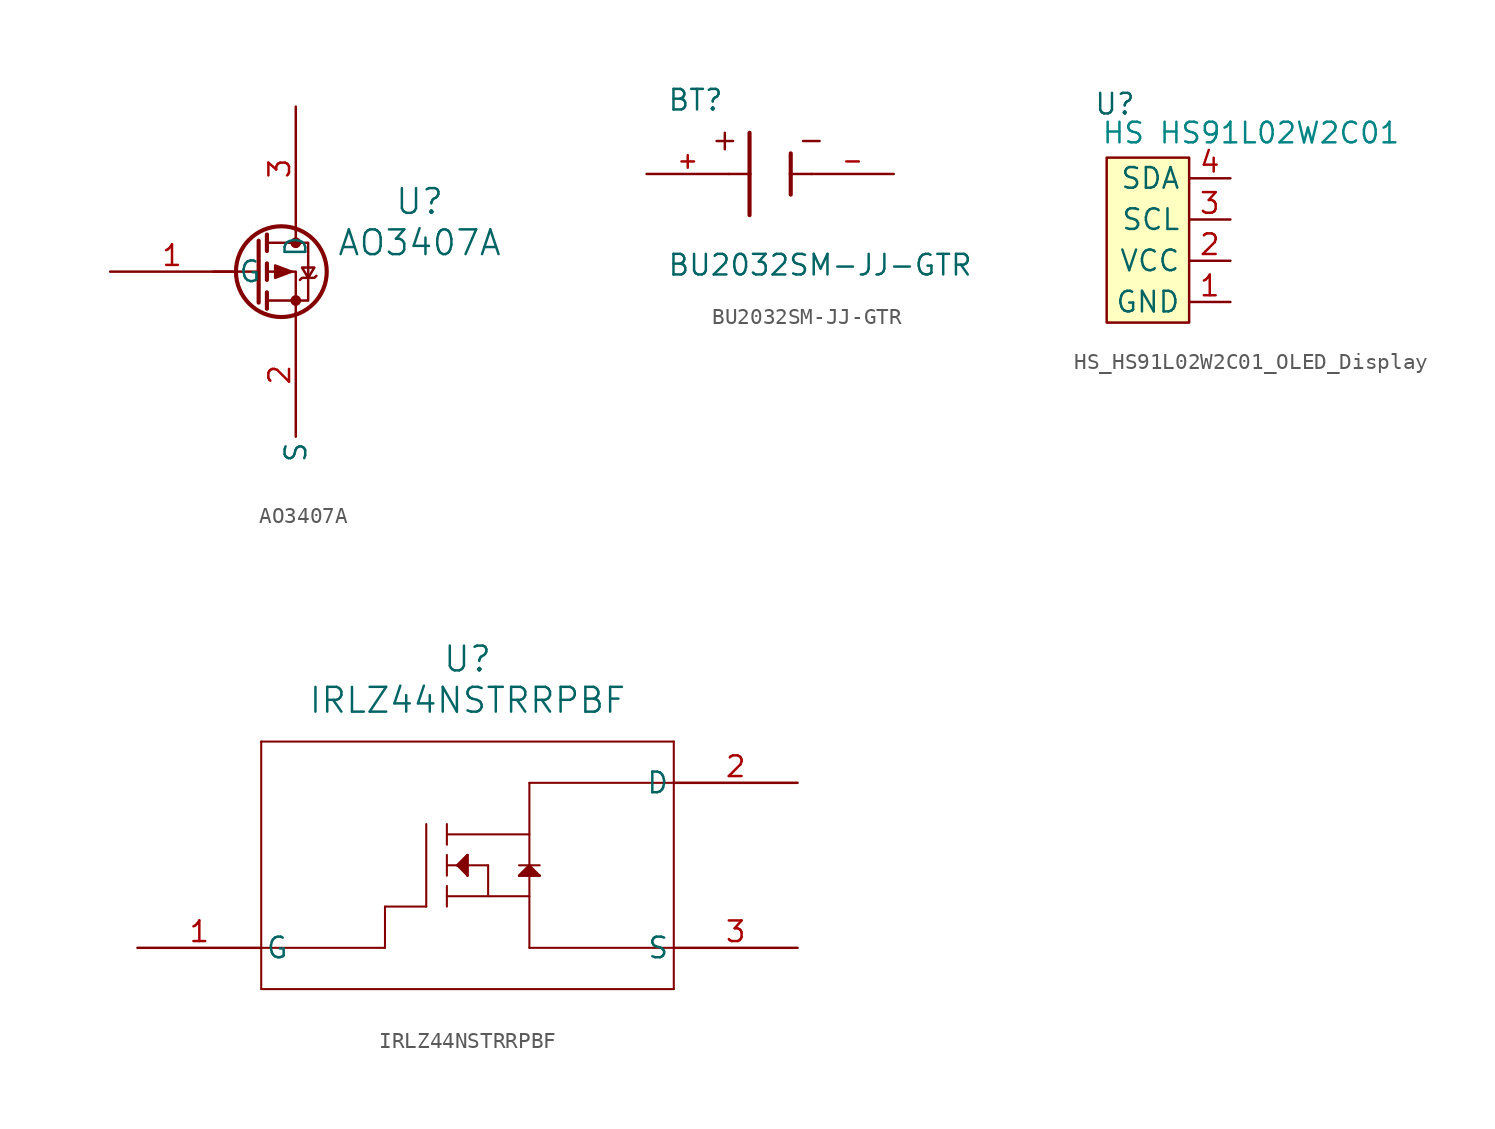
<source format=kicad_sym>
(kicad_symbol_lib
  (version 20241209)
  (generator "kicad_symbol_editor")
  (generator_version "9.0")
  (symbol "AO3407A"
    (pin_names
      (offset 0.254))
    (property "Reference" "U"
      (at 8.89 4.318 0)
      (effects (font (size 1.524 1.524))))
    (property "Value" "AO3407A"
      (at 8.89 1.778 0)
      (effects (font (size 1.524 1.524))))
    (property "ki_locked" ""
      (at 0 0 0)
      (effects (font (size 1.27 1.27))))
    (symbol "AO3407A_0_1"
      (polyline (pts (xy -1.016 1.905) (xy -1.016 -1.905)) (stroke (width 0.254) (type default)) (fill (type none)))
      (polyline (pts (xy -1.016 0) (xy -3.81 0)) (stroke (width 0) (type default)) (fill (type none)))
      (polyline (pts (xy -0.508 2.286) (xy -0.508 1.27)) (stroke (width 0.254) (type default)) (fill (type none)))
      (polyline (pts (xy -0.508 1.778) (xy 2.032 1.778) (xy 2.032 -1.778) (xy -0.508 -1.778)) (stroke (width 0) (type default)) (fill (type none)))
      (polyline (pts (xy -0.508 0.508) (xy -0.508 -0.508)) (stroke (width 0.254) (type default)) (fill (type none)))
      (polyline (pts (xy -0.508 -1.27) (xy -0.508 -2.286)) (stroke (width 0.254) (type default)) (fill (type none)))
      (circle (center 0.381 0) (radius 2.794) (stroke (width 0.254) (type default)) (fill (type none)))
      (polyline (pts (xy 1.016 0) (xy 0 0.381) (xy 0 -0.381) (xy 1.016 0)) (stroke (width 0) (type default)) (fill (type outline)))
      (polyline (pts (xy 1.27 2.54) (xy 1.27 1.778)) (stroke (width 0) (type default)) (fill (type none)))
      (circle (center 1.27 1.778) (radius 0.254) (stroke (width 0) (type default)) (fill (type outline)))
      (circle (center 1.27 -1.778) (radius 0.254) (stroke (width 0) (type default)) (fill (type outline)))
      (polyline (pts (xy 1.27 -2.54) (xy 1.27 0) (xy -0.508 0)) (stroke (width 0) (type default)) (fill (type none)))
      (polyline (pts (xy 1.524 -0.508) (xy 1.651 -0.381) (xy 2.413 -0.381) (xy 2.54 -0.254)) (stroke (width 0) (type default)) (fill (type none)))
      (polyline (pts (xy 2.032 -0.381) (xy 1.651 0.254) (xy 2.413 0.254) (xy 2.032 -0.381)) (stroke (width 0) (type default)) (fill (type none)))
      (pin unspecified line (at -10.16 0 0) (length 7.62) (name "G" (effects (font (size 1.27 1.27)))) (number "1" (effects (font (size 1.27 1.27)))))
      (pin unspecified line (at 1.27 10.16 270) (length 7.62) (name "D" (effects (font (size 1.27 1.27)))) (number "3" (effects (font (size 1.27 1.27)))))
      (pin unspecified line (at 1.27 -2.54 270) (length 7.62) (name "S" (effects (font (size 1.27 1.27)))) (number "2" (effects (font (size 1.27 1.27)))))))
  (symbol "BU2032SM-JJ-GTR"
    (pin_names
      (offset 1.016))
    (property "Reference" "BT"
      (at -6.361 3.814 0)
      (effects (font (size 1.27 1.27)) (justify left bottom)))
    (property "Value" "BU2032SM-JJ-GTR"
      (at -6.362 -6.358 0)
      (effects (font (size 1.27 1.27)) (justify left bottom)))
    (symbol "BU2032SM-JJ-GTR_0_0"
      (polyline (pts (xy -3.302 2.032) (xy -2.286 2.032)) (stroke (width 0.152) (type default)) (fill (type none)))
      (polyline (pts (xy -2.794 2.54) (xy -2.794 1.524)) (stroke (width 0.152) (type default)) (fill (type none)))
      (polyline (pts (xy -2.54 0) (xy -1.27 0)) (stroke (width 0.152) (type default)) (fill (type none)))
      (polyline (pts (xy -1.27 2.54) (xy -1.27 0)) (stroke (width 0.254) (type default)) (fill (type none)))
      (polyline (pts (xy -1.27 0) (xy -1.27 -2.54)) (stroke (width 0.254) (type default)) (fill (type none)))
      (polyline (pts (xy 1.27 1.27) (xy 1.27 0)) (stroke (width 0.254) (type default)) (fill (type none)))
      (polyline (pts (xy 1.27 0) (xy 1.27 -1.27)) (stroke (width 0.254) (type default)) (fill (type none)))
      (polyline (pts (xy 1.27 0) (xy 2.54 0)) (stroke (width 0.152) (type default)) (fill (type none)))
      (polyline (pts (xy 2.032 2.032) (xy 3.048 2.032)) (stroke (width 0.152) (type default)) (fill (type none)))
      (pin passive line (at -7.62 0 0) (length 5.08) (name "~" (effects (font (size 1.016 1.016)))) (number "+" (effects (font (size 1.016 1.016)))))
      (pin passive line (at 7.62 0 180) (length 5.08) (name "~" (effects (font (size 1.016 1.016)))) (number "-" (effects (font (size 1.016 1.016)))))))
  (symbol "HS_HS91L02W2C01_OLED_Display"
    (property "Reference" "U"
      (at -2.032 10.922 0)
      (effects (font (size 1.27 1.27))))
    (property "Value" ""
      (at 0 0 0)
      (effects (font (size 1.27 1.27))))
    (symbol "HS_HS91L02W2C01_OLED_Display_0_1"
      (rectangle (start -2.54 7.62) (end 2.54 -2.54) (stroke (width 0) (type default)) (fill (type background))))
    (symbol "HS_HS91L02W2C01_OLED_Display_1_1"
      (text "HS HS91L02W2C01" (at 6.35 9.144 0) (effects (font (size 1.27 1.27) (color 0 132 132 1))))
      (pin passive line (at 5.08 6.35 180) (length 2.54) (name "SDA" (effects (font (size 1.27 1.27)))) (number "4" (effects (font (size 1.27 1.27)))))
      (pin passive line (at 5.08 3.81 180) (length 2.54) (name "SCL" (effects (font (size 1.27 1.27)))) (number "3" (effects (font (size 1.27 1.27)))))
      (pin passive line (at 5.08 1.27 180) (length 2.54) (name "VCC" (effects (font (size 1.27 1.27)))) (number "2" (effects (font (size 1.27 1.27)))))
      (pin passive line (at 5.08 -1.27 180) (length 2.54) (name "GND" (effects (font (size 1.27 1.27)))) (number "1" (effects (font (size 1.27 1.27)))))))
  (symbol "IRLZ44NSTRRPBF"
    (pin_names
      (offset 0.254))
    (property "Reference" "U"
      (at 0 12.7 0)
      (effects (font (size 1.524 1.524))))
    (property "Value" "IRLZ44NSTRRPBF"
      (at 0 10.16 0)
      (effects (font (size 1.524 1.524))))
    (property "ki_locked" ""
      (at 0 0 0)
      (effects (font (size 1.27 1.27))))
    (symbol "IRLZ44NSTRRPBF_0_1"
      (polyline (pts (xy -12.7 7.62) (xy -12.7 -7.62)) (stroke (width 0.127) (type default)) (fill (type none)))
      (polyline (pts (xy -12.7 -5.08) (xy -5.08 -5.08)) (stroke (width 0.127) (type default)) (fill (type none)))
      (polyline (pts (xy -12.7 -7.62) (xy 12.7 -7.62)) (stroke (width 0.127) (type default)) (fill (type none)))
      (polyline (pts (xy -5.08 -2.54) (xy -5.08 -5.08)) (stroke (width 0.127) (type default)) (fill (type none)))
      (polyline (pts (xy -5.08 -2.54) (xy -2.54 -2.54)) (stroke (width 0.127) (type default)) (fill (type none)))
      (polyline (pts (xy -2.54 2.54) (xy -2.54 -2.54)) (stroke (width 0.127) (type default)) (fill (type none)))
      (polyline (pts (xy -1.27 2.54) (xy -1.27 1.27)) (stroke (width 0.127) (type default)) (fill (type none)))
      (polyline (pts (xy -1.27 1.905) (xy 3.81 1.905)) (stroke (width 0.127) (type default)) (fill (type none)))
      (polyline (pts (xy -1.27 0.635) (xy -1.27 -0.635)) (stroke (width 0.127) (type default)) (fill (type none)))
      (polyline (pts (xy -1.27 0) (xy 1.27 0)) (stroke (width 0.127) (type default)) (fill (type none)))
      (polyline (pts (xy -1.27 -1.27) (xy -1.27 -2.54)) (stroke (width 0.127) (type default)) (fill (type none)))
      (polyline (pts (xy -1.27 -1.905) (xy 3.81 -1.905)) (stroke (width 0.127) (type default)) (fill (type none)))
      (polyline (pts (xy -0.635 0) (xy 0 0.635)) (stroke (width 0.127) (type default)) (fill (type none)))
      (polyline (pts (xy -0.635 0) (xy 0 0.635) (xy 0 -0.635)) (stroke (width 0) (type default)) (fill (type outline)))
      (polyline (pts (xy 0 0.635) (xy 0 -0.635)) (stroke (width 0.127) (type default)) (fill (type none)))
      (polyline (pts (xy 0 -0.635) (xy -0.635 0)) (stroke (width 0.127) (type default)) (fill (type none)))
      (polyline (pts (xy 1.27 0) (xy 1.27 -1.905)) (stroke (width 0.127) (type default)) (fill (type none)))
      (polyline (pts (xy 3.175 0) (xy 4.445 0)) (stroke (width 0.127) (type default)) (fill (type none)))
      (polyline (pts (xy 3.175 -0.635) (xy 4.445 -0.635)) (stroke (width 0.127) (type default)) (fill (type none)))
      (polyline (pts (xy 3.81 5.08) (xy 3.81 -5.08)) (stroke (width 0.127) (type default)) (fill (type none)))
      (polyline (pts (xy 3.81 5.08) (xy 12.7 5.08)) (stroke (width 0.127) (type default)) (fill (type none)))
      (polyline (pts (xy 3.81 0) (xy 3.175 -0.635)) (stroke (width 0.127) (type default)) (fill (type none)))
      (polyline (pts (xy 3.81 0) (xy 3.175 -0.635) (xy 4.445 -0.635)) (stroke (width 0) (type default)) (fill (type outline)))
      (polyline (pts (xy 3.81 -5.08) (xy 12.7 -5.08)) (stroke (width 0.127) (type default)) (fill (type none)))
      (polyline (pts (xy 4.445 -0.635) (xy 3.81 0)) (stroke (width 0.127) (type default)) (fill (type none)))
      (polyline (pts (xy 12.7 7.62) (xy -12.7 7.62)) (stroke (width 0.127) (type default)) (fill (type none)))
      (polyline (pts (xy 12.7 -7.62) (xy 12.7 7.62)) (stroke (width 0.127) (type default)) (fill (type none)))
      (pin unspecified line (at -20.32 -5.08 0) (length 7.62) (name "G" (effects (font (size 1.27 1.27)))) (number "1" (effects (font (size 1.27 1.27)))))
      (pin unspecified line (at 20.32 5.08 180) (length 7.62) (name "D" (effects (font (size 1.27 1.27)))) (number "2" (effects (font (size 1.27 1.27)))))
      (pin unspecified line (at 20.32 -5.08 180) (length 7.62) (name "S" (effects (font (size 1.27 1.27)))) (number "3" (effects (font (size 1.27 1.27))))))))
</source>
